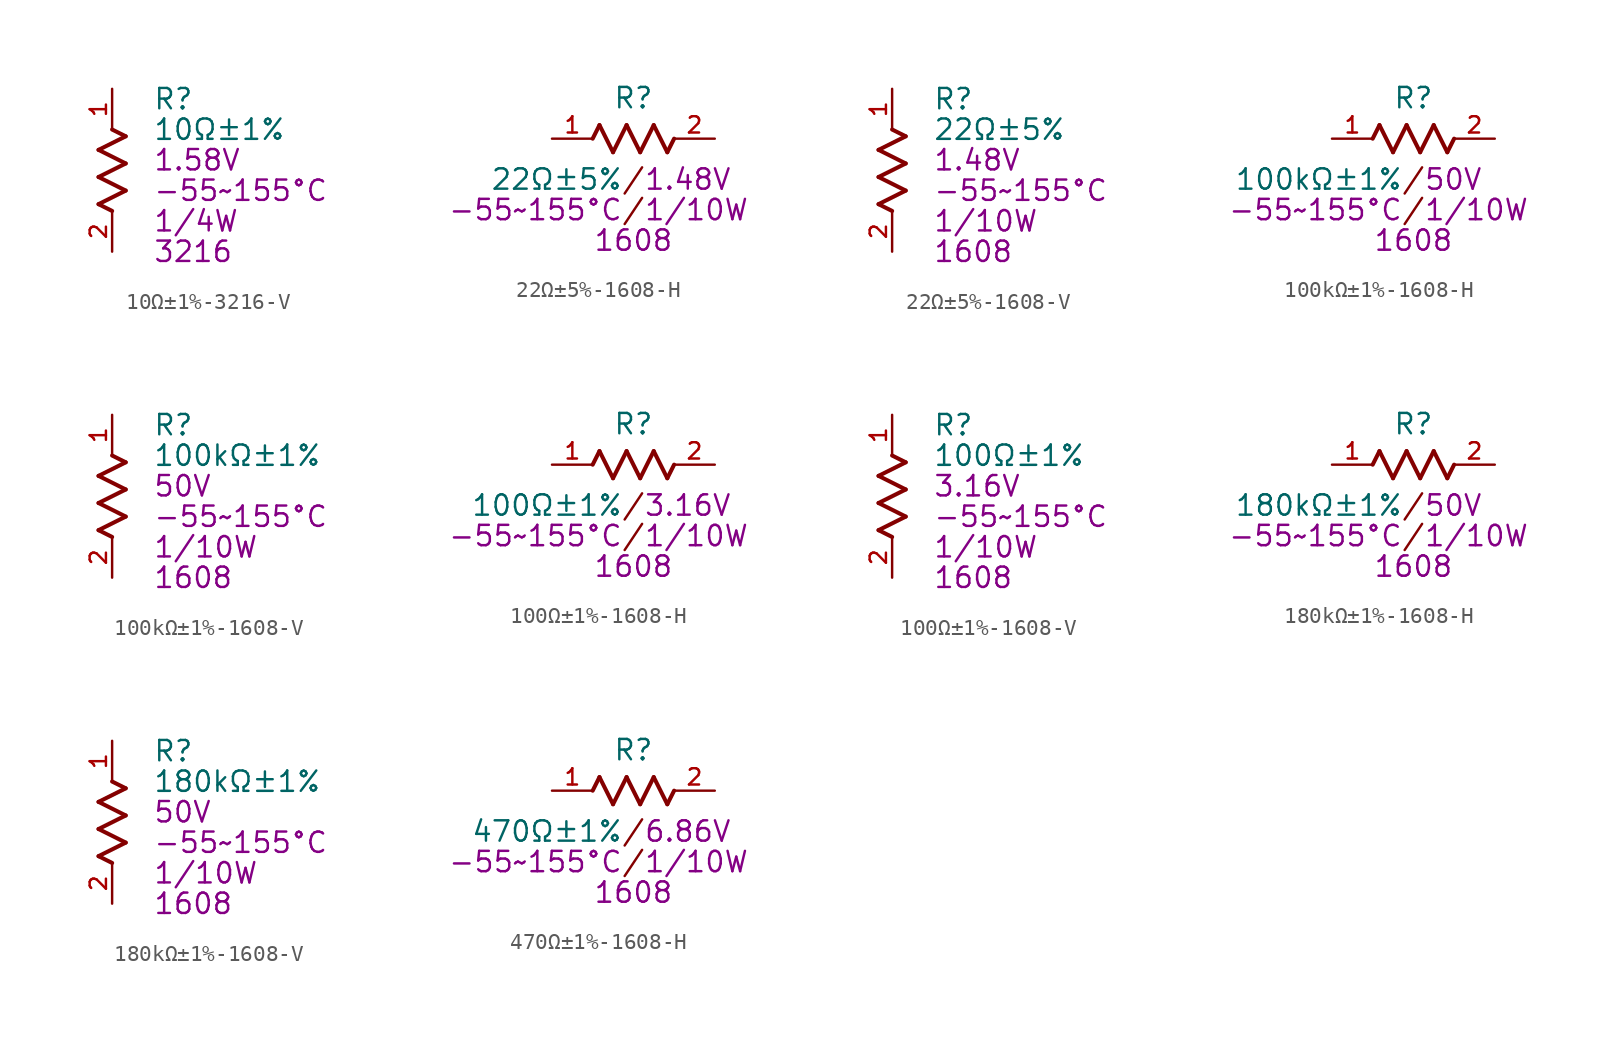
<source format=kicad_sym>
(kicad_symbol_lib
  (version 20231120)
  (generator "kicad_symbol_editor")
  (generator_version "8.0")
  (symbol "10Ω±1%-3216-V"
    (pin_names
      (offset 1.016))
    (property "Reference" "R"
      (at 2.54 4.445 0)
      (effects (font (size 1.27 1.27)) (justify left)))
    (property "Value" "10Ω±1%"
      (at 2.54 2.54 0)
      (effects (font (size 1.27 1.27)) (justify left)))
    (property "TEMPERATURE" "-55~155°C"
      (at 2.54 -1.27 0)
      (effects (font (size 1.27 1.27)) (justify left)))
    (property "POWER" "1/4W"
      (at 2.54 -3.175 0)
      (effects (font (size 1.27 1.27)) (justify left)))
    (property "VOLTAGE" "1.58V"
      (at 2.54 0.635 0)
      (effects (font (size 1.27 1.27)) (justify left)))
    (property "SIZE" "3216"
      (at 2.54 -5.08 0)
      (effects (font (size 1.27 1.27)) (justify left)))
    (symbol "10Ω±1%-3216-V_0_0"
      (polyline (pts (xy -0.847 -2.117) (xy 0 -2.541)) (stroke (width 0.254) (type default)) (fill (type none)))
      (polyline (pts (xy -0.847 -0.423) (xy 0.847 -1.27)) (stroke (width 0.254) (type default)) (fill (type none)))
      (polyline (pts (xy -0.847 1.27) (xy 0.847 2.117)) (stroke (width 0.254) (type default)) (fill (type none)))
      (polyline (pts (xy 0.847 -1.27) (xy -0.847 -2.117)) (stroke (width 0.254) (type default)) (fill (type none)))
      (polyline (pts (xy 0.847 0.423) (xy -0.847 -0.423)) (stroke (width 0.254) (type default)) (fill (type none)))
      (polyline (pts (xy 0.847 0.423) (xy -0.847 1.27)) (stroke (width 0.254) (type default)) (fill (type none)))
      (polyline (pts (xy 0.847 2.117) (xy 0 2.541)) (stroke (width 0.254) (type default)) (fill (type none)))
      (pin passive line (at 0 5.08 270) (length 2.54) (name "~" (effects (font (size 1.016 1.016)))) (number "1" (effects (font (size 1.016 1.016)))))
      (pin passive line (at 0 -5.08 90) (length 2.54) (name "~" (effects (font (size 1.016 1.016)))) (number "2" (effects (font (size 1.016 1.016)))))))
  (symbol "22Ω±5%-1608-H"
    (pin_names
      (offset 1.016))
    (property "Reference" "R"
      (at 0 2.54 0)
      (effects (font (size 1.27 1.27))))
    (property "Value" "22Ω±5%"
      (at -0.635 -2.54 0)
      (effects (font (size 1.27 1.27)) (justify right)))
    (property "VOLTAGE" "1.48V"
      (at 0.635 -2.54 0)
      (effects (font (size 1.27 1.27)) (justify left)))
    (property "TEMPERATURE" "-55~155°C"
      (at -0.635 -4.445 0)
      (effects (font (size 1.27 1.27)) (justify right)))
    (property "POWER" "1/10W"
      (at 0.635 -4.445 0)
      (effects (font (size 1.27 1.27)) (justify left)))
    (property "SIZE" "1608"
      (at 0 -6.35 0)
      (effects (font (size 1.27 1.27))))
    (symbol "22Ω±5%-1608-H_0_0"
      (polyline (pts (xy -2.117 0.847) (xy -2.541 0)) (stroke (width 0.254) (type default)) (fill (type none)))
      (polyline (pts (xy -1.27 -0.847) (xy -2.117 0.847)) (stroke (width 0.254) (type default)) (fill (type none)))
      (polyline (pts (xy -0.423 0.847) (xy -1.27 -0.847)) (stroke (width 0.254) (type default)) (fill (type none)))
      (polyline (pts (xy -0.423 0.847) (xy 0.423 -0.847)) (stroke (width 0.254) (type default)) (fill (type none)))
      (polyline (pts (xy 0.423 -0.847) (xy 1.27 0.847)) (stroke (width 0.254) (type default)) (fill (type none)))
      (polyline (pts (xy 1.27 0.847) (xy 2.117 -0.847)) (stroke (width 0.254) (type default)) (fill (type none)))
      (polyline (pts (xy 2.117 -0.847) (xy 2.541 0)) (stroke (width 0.254) (type default)) (fill (type none)))
      (text "/" (at 0 -4.445 0) (effects (font (size 1.27 1.27))))
      (text "/" (at 0 -2.54 0) (effects (font (size 1.27 1.27))))
      (pin passive line (at -5.08 0 0) (length 2.54) (name "~" (effects (font (size 1.016 1.016)))) (number "1" (effects (font (size 1.016 1.016)))))
      (pin passive line (at 5.08 0 180) (length 2.54) (name "~" (effects (font (size 1.016 1.016)))) (number "2" (effects (font (size 1.016 1.016)))))))
  (symbol "22Ω±5%-1608-V"
    (pin_names
      (offset 1.016))
    (property "Reference" "R"
      (at 2.54 4.445 0)
      (effects (font (size 1.27 1.27)) (justify left)))
    (property "Value" "22Ω±5%"
      (at 2.54 2.54 0)
      (effects (font (size 1.27 1.27)) (justify left)))
    (property "TEMPERATURE" "-55~155°C"
      (at 2.54 -1.27 0)
      (effects (font (size 1.27 1.27)) (justify left)))
    (property "POWER" "1/10W"
      (at 2.54 -3.175 0)
      (effects (font (size 1.27 1.27)) (justify left)))
    (property "VOLTAGE" "1.48V"
      (at 2.54 0.635 0)
      (effects (font (size 1.27 1.27)) (justify left)))
    (property "SIZE" "1608"
      (at 2.54 -5.08 0)
      (effects (font (size 1.27 1.27)) (justify left)))
    (symbol "22Ω±5%-1608-V_0_0"
      (polyline (pts (xy -0.847 -2.117) (xy 0 -2.541)) (stroke (width 0.254) (type default)) (fill (type none)))
      (polyline (pts (xy -0.847 -0.423) (xy 0.847 -1.27)) (stroke (width 0.254) (type default)) (fill (type none)))
      (polyline (pts (xy -0.847 1.27) (xy 0.847 2.117)) (stroke (width 0.254) (type default)) (fill (type none)))
      (polyline (pts (xy 0.847 -1.27) (xy -0.847 -2.117)) (stroke (width 0.254) (type default)) (fill (type none)))
      (polyline (pts (xy 0.847 0.423) (xy -0.847 -0.423)) (stroke (width 0.254) (type default)) (fill (type none)))
      (polyline (pts (xy 0.847 0.423) (xy -0.847 1.27)) (stroke (width 0.254) (type default)) (fill (type none)))
      (polyline (pts (xy 0.847 2.117) (xy 0 2.541)) (stroke (width 0.254) (type default)) (fill (type none)))
      (pin passive line (at 0 5.08 270) (length 2.54) (name "~" (effects (font (size 1.016 1.016)))) (number "1" (effects (font (size 1.016 1.016)))))
      (pin passive line (at 0 -5.08 90) (length 2.54) (name "~" (effects (font (size 1.016 1.016)))) (number "2" (effects (font (size 1.016 1.016)))))))
  (symbol "100kΩ±1%-1608-H"
    (pin_names
      (offset 1.016))
    (property "Reference" "R"
      (at 0 2.54 0)
      (effects (font (size 1.27 1.27))))
    (property "Value" "100kΩ±1%"
      (at -0.635 -2.54 0)
      (effects (font (size 1.27 1.27)) (justify right)))
    (property "VOLTAGE" "50V"
      (at 0.635 -2.54 0)
      (effects (font (size 1.27 1.27)) (justify left)))
    (property "TEMPERATURE" "-55~155°C"
      (at -0.635 -4.445 0)
      (effects (font (size 1.27 1.27)) (justify right)))
    (property "POWER" "1/10W"
      (at 0.635 -4.445 0)
      (effects (font (size 1.27 1.27)) (justify left)))
    (property "SIZE" "1608"
      (at 0 -6.35 0)
      (effects (font (size 1.27 1.27))))
    (symbol "100kΩ±1%-1608-H_0_0"
      (polyline (pts (xy -2.117 0.847) (xy -2.541 0)) (stroke (width 0.254) (type default)) (fill (type none)))
      (polyline (pts (xy -1.27 -0.847) (xy -2.117 0.847)) (stroke (width 0.254) (type default)) (fill (type none)))
      (polyline (pts (xy -0.423 0.847) (xy -1.27 -0.847)) (stroke (width 0.254) (type default)) (fill (type none)))
      (polyline (pts (xy -0.423 0.847) (xy 0.423 -0.847)) (stroke (width 0.254) (type default)) (fill (type none)))
      (polyline (pts (xy 0.423 -0.847) (xy 1.27 0.847)) (stroke (width 0.254) (type default)) (fill (type none)))
      (polyline (pts (xy 1.27 0.847) (xy 2.117 -0.847)) (stroke (width 0.254) (type default)) (fill (type none)))
      (polyline (pts (xy 2.117 -0.847) (xy 2.541 0)) (stroke (width 0.254) (type default)) (fill (type none)))
      (text "/" (at 0 -4.445 0) (effects (font (size 1.27 1.27))))
      (text "/" (at 0 -2.54 0) (effects (font (size 1.27 1.27))))
      (pin passive line (at -5.08 0 0) (length 2.54) (name "~" (effects (font (size 1.016 1.016)))) (number "1" (effects (font (size 1.016 1.016)))))
      (pin passive line (at 5.08 0 180) (length 2.54) (name "~" (effects (font (size 1.016 1.016)))) (number "2" (effects (font (size 1.016 1.016)))))))
  (symbol "100kΩ±1%-1608-V"
    (pin_names
      (offset 1.016))
    (property "Reference" "R"
      (at 2.54 4.445 0)
      (effects (font (size 1.27 1.27)) (justify left)))
    (property "Value" "100kΩ±1%"
      (at 2.54 2.54 0)
      (effects (font (size 1.27 1.27)) (justify left)))
    (property "TEMPERATURE" "-55~155°C"
      (at 2.54 -1.27 0)
      (effects (font (size 1.27 1.27)) (justify left)))
    (property "POWER" "1/10W"
      (at 2.54 -3.175 0)
      (effects (font (size 1.27 1.27)) (justify left)))
    (property "VOLTAGE" "50V"
      (at 2.54 0.635 0)
      (effects (font (size 1.27 1.27)) (justify left)))
    (property "SIZE" "1608"
      (at 2.54 -5.08 0)
      (effects (font (size 1.27 1.27)) (justify left)))
    (symbol "100kΩ±1%-1608-V_0_0"
      (polyline (pts (xy -0.847 -2.117) (xy 0 -2.541)) (stroke (width 0.254) (type default)) (fill (type none)))
      (polyline (pts (xy -0.847 -0.423) (xy 0.847 -1.27)) (stroke (width 0.254) (type default)) (fill (type none)))
      (polyline (pts (xy -0.847 1.27) (xy 0.847 2.117)) (stroke (width 0.254) (type default)) (fill (type none)))
      (polyline (pts (xy 0.847 -1.27) (xy -0.847 -2.117)) (stroke (width 0.254) (type default)) (fill (type none)))
      (polyline (pts (xy 0.847 0.423) (xy -0.847 -0.423)) (stroke (width 0.254) (type default)) (fill (type none)))
      (polyline (pts (xy 0.847 0.423) (xy -0.847 1.27)) (stroke (width 0.254) (type default)) (fill (type none)))
      (polyline (pts (xy 0.847 2.117) (xy 0 2.541)) (stroke (width 0.254) (type default)) (fill (type none)))
      (pin passive line (at 0 5.08 270) (length 2.54) (name "~" (effects (font (size 1.016 1.016)))) (number "1" (effects (font (size 1.016 1.016)))))
      (pin passive line (at 0 -5.08 90) (length 2.54) (name "~" (effects (font (size 1.016 1.016)))) (number "2" (effects (font (size 1.016 1.016)))))))
  (symbol "100Ω±1%-1608-H"
    (pin_names
      (offset 1.016))
    (property "Reference" "R"
      (at 0 2.54 0)
      (effects (font (size 1.27 1.27))))
    (property "Value" "100Ω±1%"
      (at -0.635 -2.54 0)
      (effects (font (size 1.27 1.27)) (justify right)))
    (property "VOLTAGE" "3.16V"
      (at 0.635 -2.54 0)
      (effects (font (size 1.27 1.27)) (justify left)))
    (property "TEMPERATURE" "-55~155°C"
      (at -0.635 -4.445 0)
      (effects (font (size 1.27 1.27)) (justify right)))
    (property "POWER" "1/10W"
      (at 0.635 -4.445 0)
      (effects (font (size 1.27 1.27)) (justify left)))
    (property "SIZE" "1608"
      (at 0 -6.35 0)
      (effects (font (size 1.27 1.27))))
    (symbol "100Ω±1%-1608-H_0_0"
      (polyline (pts (xy -2.117 0.847) (xy -2.541 0)) (stroke (width 0.254) (type default)) (fill (type none)))
      (polyline (pts (xy -1.27 -0.847) (xy -2.117 0.847)) (stroke (width 0.254) (type default)) (fill (type none)))
      (polyline (pts (xy -0.423 0.847) (xy -1.27 -0.847)) (stroke (width 0.254) (type default)) (fill (type none)))
      (polyline (pts (xy -0.423 0.847) (xy 0.423 -0.847)) (stroke (width 0.254) (type default)) (fill (type none)))
      (polyline (pts (xy 0.423 -0.847) (xy 1.27 0.847)) (stroke (width 0.254) (type default)) (fill (type none)))
      (polyline (pts (xy 1.27 0.847) (xy 2.117 -0.847)) (stroke (width 0.254) (type default)) (fill (type none)))
      (polyline (pts (xy 2.117 -0.847) (xy 2.541 0)) (stroke (width 0.254) (type default)) (fill (type none)))
      (text "/" (at 0 -4.445 0) (effects (font (size 1.27 1.27))))
      (text "/" (at 0 -2.54 0) (effects (font (size 1.27 1.27))))
      (pin passive line (at -5.08 0 0) (length 2.54) (name "~" (effects (font (size 1.016 1.016)))) (number "1" (effects (font (size 1.016 1.016)))))
      (pin passive line (at 5.08 0 180) (length 2.54) (name "~" (effects (font (size 1.016 1.016)))) (number "2" (effects (font (size 1.016 1.016)))))))
  (symbol "100Ω±1%-1608-V"
    (pin_names
      (offset 1.016))
    (property "Reference" "R"
      (at 2.54 4.445 0)
      (effects (font (size 1.27 1.27)) (justify left)))
    (property "Value" "100Ω±1%"
      (at 2.54 2.54 0)
      (effects (font (size 1.27 1.27)) (justify left)))
    (property "TEMPERATURE" "-55~155°C"
      (at 2.54 -1.27 0)
      (effects (font (size 1.27 1.27)) (justify left)))
    (property "POWER" "1/10W"
      (at 2.54 -3.175 0)
      (effects (font (size 1.27 1.27)) (justify left)))
    (property "VOLTAGE" "3.16V"
      (at 2.54 0.635 0)
      (effects (font (size 1.27 1.27)) (justify left)))
    (property "SIZE" "1608"
      (at 2.54 -5.08 0)
      (effects (font (size 1.27 1.27)) (justify left)))
    (symbol "100Ω±1%-1608-V_0_0"
      (polyline (pts (xy -0.847 -2.117) (xy 0 -2.541)) (stroke (width 0.254) (type default)) (fill (type none)))
      (polyline (pts (xy -0.847 -0.423) (xy 0.847 -1.27)) (stroke (width 0.254) (type default)) (fill (type none)))
      (polyline (pts (xy -0.847 1.27) (xy 0.847 2.117)) (stroke (width 0.254) (type default)) (fill (type none)))
      (polyline (pts (xy 0.847 -1.27) (xy -0.847 -2.117)) (stroke (width 0.254) (type default)) (fill (type none)))
      (polyline (pts (xy 0.847 0.423) (xy -0.847 -0.423)) (stroke (width 0.254) (type default)) (fill (type none)))
      (polyline (pts (xy 0.847 0.423) (xy -0.847 1.27)) (stroke (width 0.254) (type default)) (fill (type none)))
      (polyline (pts (xy 0.847 2.117) (xy 0 2.541)) (stroke (width 0.254) (type default)) (fill (type none)))
      (pin passive line (at 0 5.08 270) (length 2.54) (name "~" (effects (font (size 1.016 1.016)))) (number "1" (effects (font (size 1.016 1.016)))))
      (pin passive line (at 0 -5.08 90) (length 2.54) (name "~" (effects (font (size 1.016 1.016)))) (number "2" (effects (font (size 1.016 1.016)))))))
  (symbol "180kΩ±1%-1608-H"
    (pin_names
      (offset 1.016))
    (property "Reference" "R"
      (at 0 2.54 0)
      (effects (font (size 1.27 1.27))))
    (property "Value" "180kΩ±1%"
      (at -0.635 -2.54 0)
      (effects (font (size 1.27 1.27)) (justify right)))
    (property "VOLTAGE" "50V"
      (at 0.635 -2.54 0)
      (effects (font (size 1.27 1.27)) (justify left)))
    (property "TEMPERATURE" "-55~155°C"
      (at -0.635 -4.445 0)
      (effects (font (size 1.27 1.27)) (justify right)))
    (property "POWER" "1/10W"
      (at 0.635 -4.445 0)
      (effects (font (size 1.27 1.27)) (justify left)))
    (property "SIZE" "1608"
      (at 0 -6.35 0)
      (effects (font (size 1.27 1.27))))
    (symbol "180kΩ±1%-1608-H_0_0"
      (polyline (pts (xy -2.117 0.847) (xy -2.541 0)) (stroke (width 0.254) (type default)) (fill (type none)))
      (polyline (pts (xy -1.27 -0.847) (xy -2.117 0.847)) (stroke (width 0.254) (type default)) (fill (type none)))
      (polyline (pts (xy -0.423 0.847) (xy -1.27 -0.847)) (stroke (width 0.254) (type default)) (fill (type none)))
      (polyline (pts (xy -0.423 0.847) (xy 0.423 -0.847)) (stroke (width 0.254) (type default)) (fill (type none)))
      (polyline (pts (xy 0.423 -0.847) (xy 1.27 0.847)) (stroke (width 0.254) (type default)) (fill (type none)))
      (polyline (pts (xy 1.27 0.847) (xy 2.117 -0.847)) (stroke (width 0.254) (type default)) (fill (type none)))
      (polyline (pts (xy 2.117 -0.847) (xy 2.541 0)) (stroke (width 0.254) (type default)) (fill (type none)))
      (text "/" (at 0 -4.445 0) (effects (font (size 1.27 1.27))))
      (text "/" (at 0 -2.54 0) (effects (font (size 1.27 1.27))))
      (pin passive line (at -5.08 0 0) (length 2.54) (name "~" (effects (font (size 1.016 1.016)))) (number "1" (effects (font (size 1.016 1.016)))))
      (pin passive line (at 5.08 0 180) (length 2.54) (name "~" (effects (font (size 1.016 1.016)))) (number "2" (effects (font (size 1.016 1.016)))))))
  (symbol "180kΩ±1%-1608-V"
    (pin_names
      (offset 1.016))
    (property "Reference" "R"
      (at 2.54 4.445 0)
      (effects (font (size 1.27 1.27)) (justify left)))
    (property "Value" "180kΩ±1%"
      (at 2.54 2.54 0)
      (effects (font (size 1.27 1.27)) (justify left)))
    (property "TEMPERATURE" "-55~155°C"
      (at 2.54 -1.27 0)
      (effects (font (size 1.27 1.27)) (justify left)))
    (property "POWER" "1/10W"
      (at 2.54 -3.175 0)
      (effects (font (size 1.27 1.27)) (justify left)))
    (property "VOLTAGE" "50V"
      (at 2.54 0.635 0)
      (effects (font (size 1.27 1.27)) (justify left)))
    (property "SIZE" "1608"
      (at 2.54 -5.08 0)
      (effects (font (size 1.27 1.27)) (justify left)))
    (symbol "180kΩ±1%-1608-V_0_0"
      (polyline (pts (xy -0.847 -2.117) (xy 0 -2.541)) (stroke (width 0.254) (type default)) (fill (type none)))
      (polyline (pts (xy -0.847 -0.423) (xy 0.847 -1.27)) (stroke (width 0.254) (type default)) (fill (type none)))
      (polyline (pts (xy -0.847 1.27) (xy 0.847 2.117)) (stroke (width 0.254) (type default)) (fill (type none)))
      (polyline (pts (xy 0.847 -1.27) (xy -0.847 -2.117)) (stroke (width 0.254) (type default)) (fill (type none)))
      (polyline (pts (xy 0.847 0.423) (xy -0.847 -0.423)) (stroke (width 0.254) (type default)) (fill (type none)))
      (polyline (pts (xy 0.847 0.423) (xy -0.847 1.27)) (stroke (width 0.254) (type default)) (fill (type none)))
      (polyline (pts (xy 0.847 2.117) (xy 0 2.541)) (stroke (width 0.254) (type default)) (fill (type none)))
      (pin passive line (at 0 5.08 270) (length 2.54) (name "~" (effects (font (size 1.016 1.016)))) (number "1" (effects (font (size 1.016 1.016)))))
      (pin passive line (at 0 -5.08 90) (length 2.54) (name "~" (effects (font (size 1.016 1.016)))) (number "2" (effects (font (size 1.016 1.016)))))))
  (symbol "470Ω±1%-1608-H"
    (pin_names
      (offset 1.016))
    (property "Reference" "R"
      (at 0 2.54 0)
      (effects (font (size 1.27 1.27))))
    (property "Value" "470Ω±1%"
      (at -0.635 -2.54 0)
      (effects (font (size 1.27 1.27)) (justify right)))
    (property "VOLTAGE" "6.86V"
      (at 0.635 -2.54 0)
      (effects (font (size 1.27 1.27)) (justify left)))
    (property "TEMPERATURE" "-55~155°C"
      (at -0.635 -4.445 0)
      (effects (font (size 1.27 1.27)) (justify right)))
    (property "POWER" "1/10W"
      (at 0.635 -4.445 0)
      (effects (font (size 1.27 1.27)) (justify left)))
    (property "SIZE" "1608"
      (at 0 -6.35 0)
      (effects (font (size 1.27 1.27))))
    (symbol "470Ω±1%-1608-H_0_0"
      (polyline (pts (xy -2.117 0.847) (xy -2.541 0)) (stroke (width 0.254) (type default)) (fill (type none)))
      (polyline (pts (xy -1.27 -0.847) (xy -2.117 0.847)) (stroke (width 0.254) (type default)) (fill (type none)))
      (polyline (pts (xy -0.423 0.847) (xy -1.27 -0.847)) (stroke (width 0.254) (type default)) (fill (type none)))
      (polyline (pts (xy -0.423 0.847) (xy 0.423 -0.847)) (stroke (width 0.254) (type default)) (fill (type none)))
      (polyline (pts (xy 0.423 -0.847) (xy 1.27 0.847)) (stroke (width 0.254) (type default)) (fill (type none)))
      (polyline (pts (xy 1.27 0.847) (xy 2.117 -0.847)) (stroke (width 0.254) (type default)) (fill (type none)))
      (polyline (pts (xy 2.117 -0.847) (xy 2.541 0)) (stroke (width 0.254) (type default)) (fill (type none)))
      (text "/" (at 0 -4.445 0) (effects (font (size 1.27 1.27))))
      (text "/" (at 0 -2.54 0) (effects (font (size 1.27 1.27))))
      (pin passive line (at -5.08 0 0) (length 2.54) (name "~" (effects (font (size 1.016 1.016)))) (number "1" (effects (font (size 1.016 1.016)))))
      (pin passive line (at 5.08 0 180) (length 2.54) (name "~" (effects (font (size 1.016 1.016)))) (number "2" (effects (font (size 1.016 1.016))))))))
</source>
